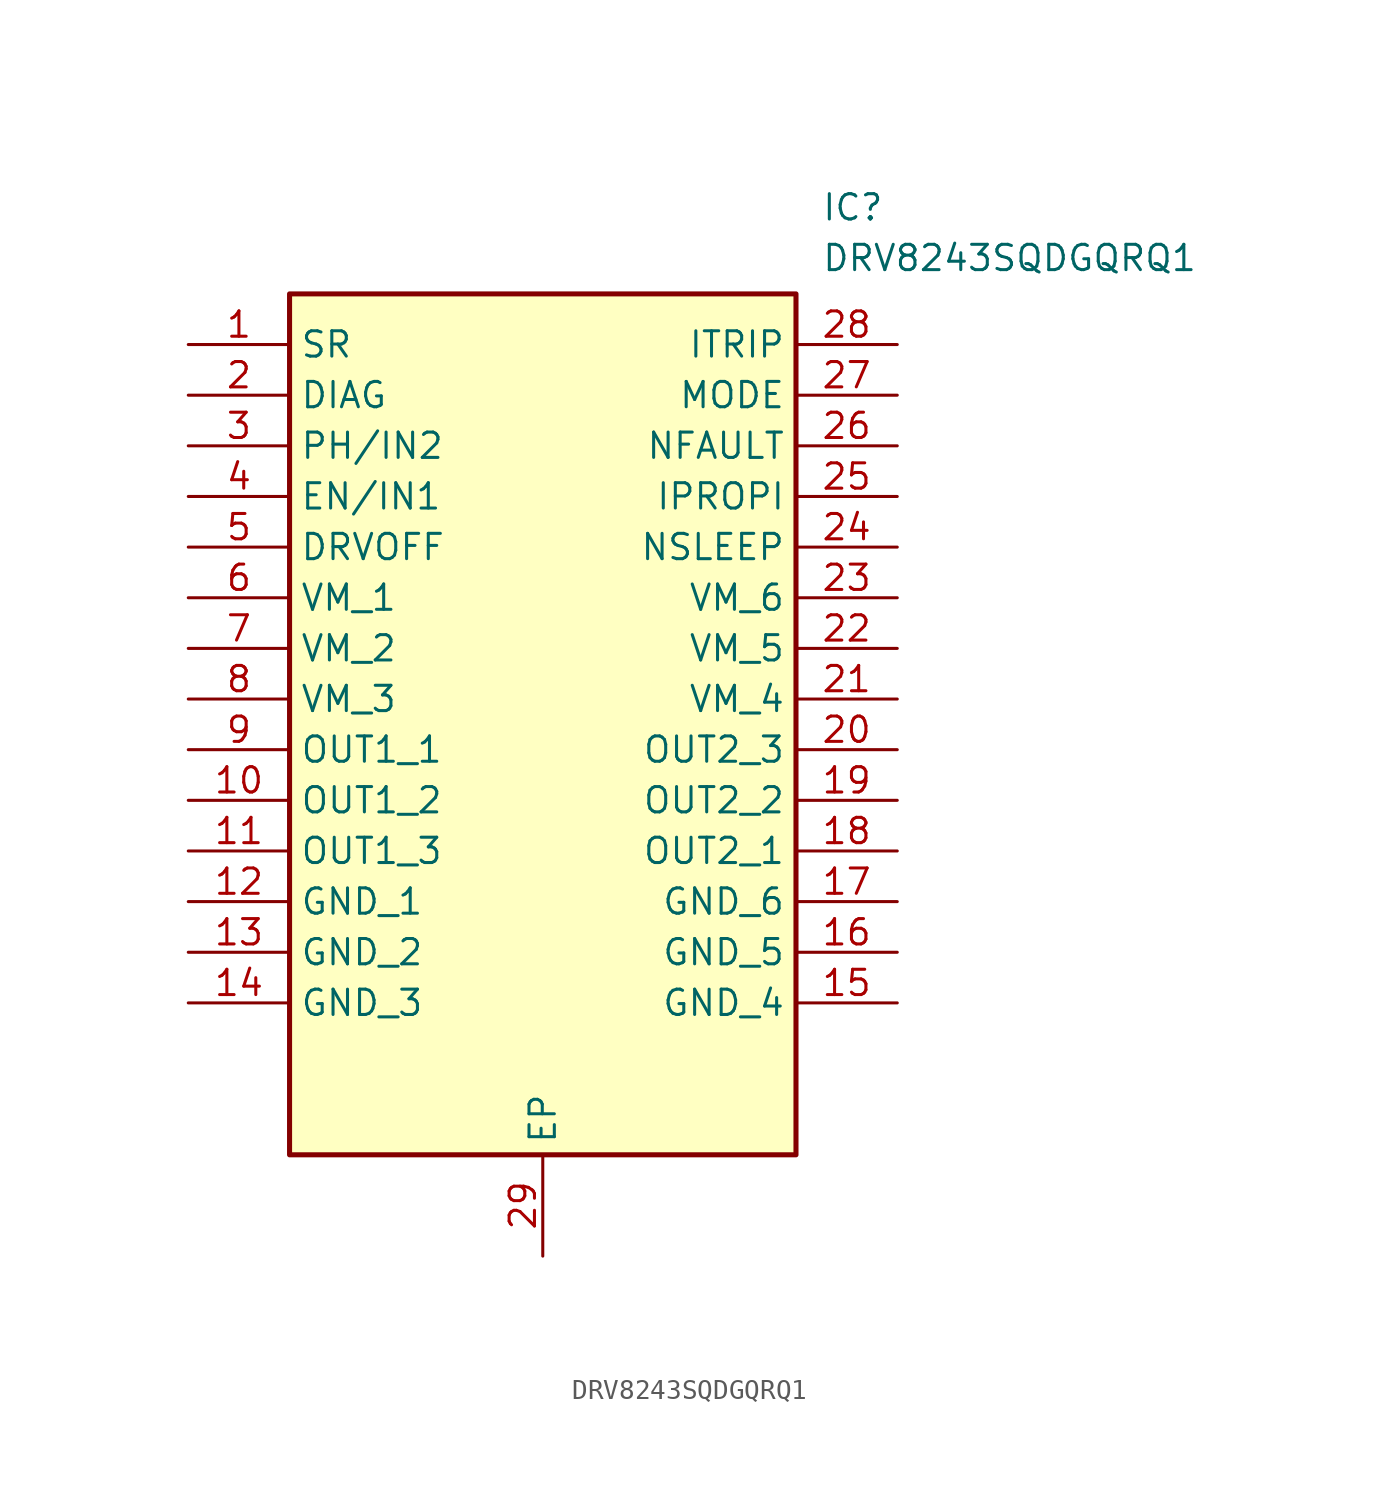
<source format=kicad_sym>
(kicad_symbol_lib
  (version 20211014)
  (generator SamacSys_ECAD_Model)
  (symbol "DRV8243SQDGQRQ1"
    (property "Reference" "IC"
      (at 31.75 7.62 0)
      (effects (font (size 1.27 1.27)) (justify left top)))
    (property "Value" "DRV8243SQDGQRQ1"
      (at 31.75 5.08 0)
      (effects (font (size 1.27 1.27)) (justify left top)))
    (rectangle
      (start 5.08 2.54)
      (end 30.48 -40.64)
      (stroke (width 0.254) (type default))
      (fill (type background)))
    (pin passive line
      (at 0 0 0)
      (length 5.08)
      (name "SR" (effects (font (size 1.27 1.27))))
      (number "1" (effects (font (size 1.27 1.27)))))
    (pin passive line
      (at 0 -2.54 0)
      (length 5.08)
      (name "DIAG" (effects (font (size 1.27 1.27))))
      (number "2" (effects (font (size 1.27 1.27)))))
    (pin passive line
      (at 0 -5.08 0)
      (length 5.08)
      (name "PH/IN2" (effects (font (size 1.27 1.27))))
      (number "3" (effects (font (size 1.27 1.27)))))
    (pin passive line
      (at 0 -7.62 0)
      (length 5.08)
      (name "EN/IN1" (effects (font (size 1.27 1.27))))
      (number "4" (effects (font (size 1.27 1.27)))))
    (pin passive line
      (at 0 -10.16 0)
      (length 5.08)
      (name "DRVOFF" (effects (font (size 1.27 1.27))))
      (number "5" (effects (font (size 1.27 1.27)))))
    (pin passive line
      (at 0 -12.7 0)
      (length 5.08)
      (name "VM_1" (effects (font (size 1.27 1.27))))
      (number "6" (effects (font (size 1.27 1.27)))))
    (pin passive line
      (at 0 -15.24 0)
      (length 5.08)
      (name "VM_2" (effects (font (size 1.27 1.27))))
      (number "7" (effects (font (size 1.27 1.27)))))
    (pin passive line
      (at 0 -17.78 0)
      (length 5.08)
      (name "VM_3" (effects (font (size 1.27 1.27))))
      (number "8" (effects (font (size 1.27 1.27)))))
    (pin passive line
      (at 0 -20.32 0)
      (length 5.08)
      (name "OUT1_1" (effects (font (size 1.27 1.27))))
      (number "9" (effects (font (size 1.27 1.27)))))
    (pin passive line
      (at 0 -22.86 0)
      (length 5.08)
      (name "OUT1_2" (effects (font (size 1.27 1.27))))
      (number "10" (effects (font (size 1.27 1.27)))))
    (pin passive line
      (at 0 -25.4 0)
      (length 5.08)
      (name "OUT1_3" (effects (font (size 1.27 1.27))))
      (number "11" (effects (font (size 1.27 1.27)))))
    (pin passive line
      (at 0 -27.94 0)
      (length 5.08)
      (name "GND_1" (effects (font (size 1.27 1.27))))
      (number "12" (effects (font (size 1.27 1.27)))))
    (pin passive line
      (at 0 -30.48 0)
      (length 5.08)
      (name "GND_2" (effects (font (size 1.27 1.27))))
      (number "13" (effects (font (size 1.27 1.27)))))
    (pin passive line
      (at 0 -33.02 0)
      (length 5.08)
      (name "GND_3" (effects (font (size 1.27 1.27))))
      (number "14" (effects (font (size 1.27 1.27)))))
    (pin passive line
      (at 17.78 -45.72 90)
      (length 5.08)
      (name "EP" (effects (font (size 1.27 1.27))))
      (number "29" (effects (font (size 1.27 1.27)))))
    (pin passive line
      (at 35.56 0 180)
      (length 5.08)
      (name "ITRIP" (effects (font (size 1.27 1.27))))
      (number "28" (effects (font (size 1.27 1.27)))))
    (pin passive line
      (at 35.56 -2.54 180)
      (length 5.08)
      (name "MODE" (effects (font (size 1.27 1.27))))
      (number "27" (effects (font (size 1.27 1.27)))))
    (pin passive line
      (at 35.56 -5.08 180)
      (length 5.08)
      (name "NFAULT" (effects (font (size 1.27 1.27))))
      (number "26" (effects (font (size 1.27 1.27)))))
    (pin passive line
      (at 35.56 -7.62 180)
      (length 5.08)
      (name "IPROPI" (effects (font (size 1.27 1.27))))
      (number "25" (effects (font (size 1.27 1.27)))))
    (pin passive line
      (at 35.56 -10.16 180)
      (length 5.08)
      (name "NSLEEP" (effects (font (size 1.27 1.27))))
      (number "24" (effects (font (size 1.27 1.27)))))
    (pin passive line
      (at 35.56 -12.7 180)
      (length 5.08)
      (name "VM_6" (effects (font (size 1.27 1.27))))
      (number "23" (effects (font (size 1.27 1.27)))))
    (pin passive line
      (at 35.56 -15.24 180)
      (length 5.08)
      (name "VM_5" (effects (font (size 1.27 1.27))))
      (number "22" (effects (font (size 1.27 1.27)))))
    (pin passive line
      (at 35.56 -17.78 180)
      (length 5.08)
      (name "VM_4" (effects (font (size 1.27 1.27))))
      (number "21" (effects (font (size 1.27 1.27)))))
    (pin passive line
      (at 35.56 -20.32 180)
      (length 5.08)
      (name "OUT2_3" (effects (font (size 1.27 1.27))))
      (number "20" (effects (font (size 1.27 1.27)))))
    (pin passive line
      (at 35.56 -22.86 180)
      (length 5.08)
      (name "OUT2_2" (effects (font (size 1.27 1.27))))
      (number "19" (effects (font (size 1.27 1.27)))))
    (pin passive line
      (at 35.56 -25.4 180)
      (length 5.08)
      (name "OUT2_1" (effects (font (size 1.27 1.27))))
      (number "18" (effects (font (size 1.27 1.27)))))
    (pin passive line
      (at 35.56 -27.94 180)
      (length 5.08)
      (name "GND_6" (effects (font (size 1.27 1.27))))
      (number "17" (effects (font (size 1.27 1.27)))))
    (pin passive line
      (at 35.56 -30.48 180)
      (length 5.08)
      (name "GND_5" (effects (font (size 1.27 1.27))))
      (number "16" (effects (font (size 1.27 1.27)))))
    (pin passive line
      (at 35.56 -33.02 180)
      (length 5.08)
      (name "GND_4" (effects (font (size 1.27 1.27))))
      (number "15" (effects (font (size 1.27 1.27)))))))
</source>
